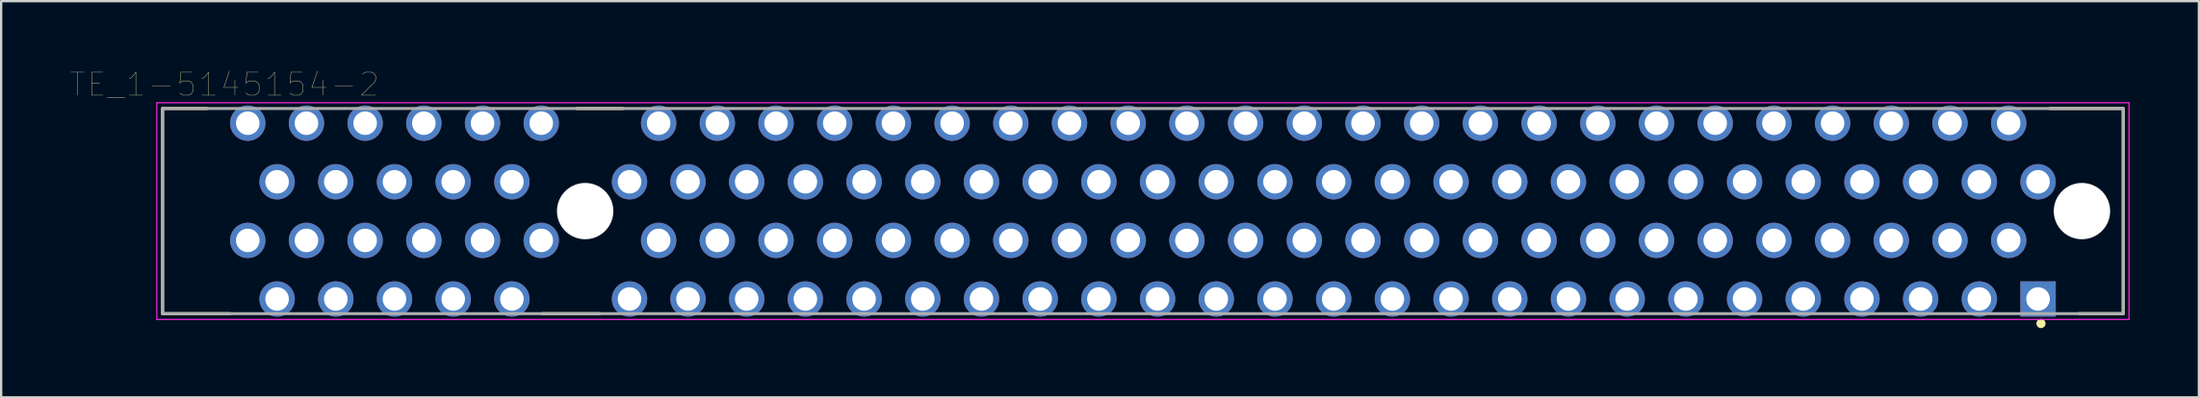
<source format=kicad_pcb>
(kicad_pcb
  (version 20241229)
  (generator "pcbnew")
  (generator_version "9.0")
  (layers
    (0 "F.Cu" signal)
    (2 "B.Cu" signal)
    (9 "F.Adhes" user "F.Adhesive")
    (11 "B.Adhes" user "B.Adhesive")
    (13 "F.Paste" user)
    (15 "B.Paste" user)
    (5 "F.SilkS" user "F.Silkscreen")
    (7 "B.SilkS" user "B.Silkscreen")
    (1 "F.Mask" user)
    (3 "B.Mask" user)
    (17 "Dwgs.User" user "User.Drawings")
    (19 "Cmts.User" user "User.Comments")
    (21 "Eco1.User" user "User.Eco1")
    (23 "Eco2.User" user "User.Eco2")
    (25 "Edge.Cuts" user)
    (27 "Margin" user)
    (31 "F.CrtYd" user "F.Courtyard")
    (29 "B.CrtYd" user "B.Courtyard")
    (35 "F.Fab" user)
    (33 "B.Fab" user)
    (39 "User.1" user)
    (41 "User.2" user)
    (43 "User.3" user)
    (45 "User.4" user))
  (footprint "TE_1-5145154-2"
    (layer "F.Cu")
    (at 46.406 6.098)
    (property "Reference" "TE_1-5145154-2" (at -39.744 -5.486 0) (layer "F.SilkS") (effects (font (size 1 1) (thickness 0.015))))
    (attr through_hole)
    (fp_line (start -42.42 -4.445) (end -40.5 -4.445) (stroke (width 0.127) (type solid)) (layer "F.SilkS"))
    (fp_line (start -42.42 4.445) (end -42.42 -4.445) (stroke (width 0.127) (type solid)) (layer "F.SilkS"))
    (fp_line (start -42.42 4.445) (end -39.5 4.445) (stroke (width 0.127) (type solid)) (layer "F.SilkS"))
    (fp_line (start -26 4.445) (end -23.5 4.445) (stroke (width 0.127) (type solid)) (layer "F.SilkS"))
    (fp_line (start -24.5 -4.445) (end -22.5 -4.445) (stroke (width 0.127) (type solid)) (layer "F.SilkS"))
    (fp_line (start 39.235 -4.445) (end 42.42 -4.445) (stroke (width 0.127) (type solid)) (layer "F.SilkS"))
    (fp_line (start 42.42 -4.445) (end 42.42 4.445) (stroke (width 0.127) (type solid)) (layer "F.SilkS"))
    (fp_line (start 42.42 4.445) (end 40.51 4.445) (stroke (width 0.127) (type solid)) (layer "F.SilkS"))
    (fp_circle (center 38.862 4.873) (end 38.962 4.873) (stroke (width 0.2) (type solid)) (fill no) (layer "F.SilkS"))
    (fp_line (start -42.67 -4.695) (end 42.67 -4.695) (stroke (width 0.05) (type solid)) (layer "F.CrtYd"))
    (fp_line (start -42.67 4.695) (end -42.67 -4.695) (stroke (width 0.05) (type solid)) (layer "F.CrtYd"))
    (fp_line (start 42.67 -4.695) (end 42.67 4.695) (stroke (width 0.05) (type solid)) (layer "F.CrtYd"))
    (fp_line (start 42.67 4.695) (end -42.67 4.695) (stroke (width 0.05) (type solid)) (layer "F.CrtYd"))
    (fp_line (start -42.42 -4.445) (end 42.42 -4.445) (stroke (width 0.127) (type solid)) (layer "F.Fab"))
    (fp_line (start -42.42 4.445) (end -42.42 -4.445) (stroke (width 0.127) (type solid)) (layer "F.Fab"))
    (fp_line (start 42.42 -4.445) (end 42.42 4.445) (stroke (width 0.127) (type solid)) (layer "F.Fab"))
    (fp_line (start 42.42 4.445) (end -42.42 4.445) (stroke (width 0.127) (type solid)) (layer "F.Fab"))
    (pad "" np_thru_hole circle (at -24.135 0) (size 2.44 2.44) (drill 2.44) (layers "*.Cu" "*.Mask"))
    (pad "" np_thru_hole circle (at 40.635 0) (size 2.44 2.44) (drill 2.44) (layers "*.Cu" "*.Mask"))
    (pad "A1" thru_hole rect (at 38.735 3.81) (size 1.53 1.53) (drill 1.02) (layers "*.Cu" "*.Mask"))
    (pad "A2" thru_hole circle (at 37.465 1.27) (size 1.53 1.53) (drill 1.02) (layers "*.Cu" "*.Mask"))
    (pad "A3" thru_hole circle (at 36.195 3.81) (size 1.53 1.53) (drill 1.02) (layers "*.Cu" "*.Mask"))
    (pad "A4" thru_hole circle (at 34.925 1.27) (size 1.53 1.53) (drill 1.02) (layers "*.Cu" "*.Mask"))
    (pad "A5" thru_hole circle (at 33.655 3.81) (size 1.53 1.53) (drill 1.02) (layers "*.Cu" "*.Mask"))
    (pad "A6" thru_hole circle (at 32.385 1.27) (size 1.53 1.53) (drill 1.02) (layers "*.Cu" "*.Mask"))
    (pad "A7" thru_hole circle (at 31.115 3.81) (size 1.53 1.53) (drill 1.02) (layers "*.Cu" "*.Mask"))
    (pad "A8" thru_hole circle (at 29.845 1.27) (size 1.53 1.53) (drill 1.02) (layers "*.Cu" "*.Mask"))
    (pad "A9" thru_hole circle (at 28.575 3.81) (size 1.53 1.53) (drill 1.02) (layers "*.Cu" "*.Mask"))
    (pad "A10" thru_hole circle (at 27.305 1.27) (size 1.53 1.53) (drill 1.02) (layers "*.Cu" "*.Mask"))
    (pad "A11" thru_hole circle (at 26.035 3.81) (size 1.53 1.53) (drill 1.02) (layers "*.Cu" "*.Mask"))
    (pad "A12" thru_hole circle (at 24.765 1.27) (size 1.53 1.53) (drill 1.02) (layers "*.Cu" "*.Mask"))
    (pad "A13" thru_hole circle (at 23.495 3.81) (size 1.53 1.53) (drill 1.02) (layers "*.Cu" "*.Mask"))
    (pad "A14" thru_hole circle (at 22.225 1.27) (size 1.53 1.53) (drill 1.02) (layers "*.Cu" "*.Mask"))
    (pad "A15" thru_hole circle (at 20.955 3.81) (size 1.53 1.53) (drill 1.02) (layers "*.Cu" "*.Mask"))
    (pad "A16" thru_hole circle (at 19.685 1.27) (size 1.53 1.53) (drill 1.02) (layers "*.Cu" "*.Mask"))
    (pad "A17" thru_hole circle (at 18.415 3.81) (size 1.53 1.53) (drill 1.02) (layers "*.Cu" "*.Mask"))
    (pad "A18" thru_hole circle (at 17.145 1.27) (size 1.53 1.53) (drill 1.02) (layers "*.Cu" "*.Mask"))
    (pad "A19" thru_hole circle (at 15.875 3.81) (size 1.53 1.53) (drill 1.02) (layers "*.Cu" "*.Mask"))
    (pad "A20" thru_hole circle (at 14.605 1.27) (size 1.53 1.53) (drill 1.02) (layers "*.Cu" "*.Mask"))
    (pad "A21" thru_hole circle (at 13.335 3.81) (size 1.53 1.53) (drill 1.02) (layers "*.Cu" "*.Mask"))
    (pad "A22" thru_hole circle (at 12.065 1.27) (size 1.53 1.53) (drill 1.02) (layers "*.Cu" "*.Mask"))
    (pad "A23" thru_hole circle (at 10.795 3.81) (size 1.53 1.53) (drill 1.02) (layers "*.Cu" "*.Mask"))
    (pad "A24" thru_hole circle (at 9.525 1.27) (size 1.53 1.53) (drill 1.02) (layers "*.Cu" "*.Mask"))
    (pad "A25" thru_hole circle (at 8.255 3.81) (size 1.53 1.53) (drill 1.02) (layers "*.Cu" "*.Mask"))
    (pad "A26" thru_hole circle (at 6.985 1.27) (size 1.53 1.53) (drill 1.02) (layers "*.Cu" "*.Mask"))
    (pad "A27" thru_hole circle (at 5.715 3.81) (size 1.53 1.53) (drill 1.02) (layers "*.Cu" "*.Mask"))
    (pad "A28" thru_hole circle (at 4.445 1.27) (size 1.53 1.53) (drill 1.02) (layers "*.Cu" "*.Mask"))
    (pad "A29" thru_hole circle (at 3.175 3.81) (size 1.53 1.53) (drill 1.02) (layers "*.Cu" "*.Mask"))
    (pad "A30" thru_hole circle (at 1.905 1.27) (size 1.53 1.53) (drill 1.02) (layers "*.Cu" "*.Mask"))
    (pad "A31" thru_hole circle (at 0.635 3.81) (size 1.53 1.53) (drill 1.02) (layers "*.Cu" "*.Mask"))
    (pad "A32" thru_hole circle (at -0.635 1.27) (size 1.53 1.53) (drill 1.02) (layers "*.Cu" "*.Mask"))
    (pad "A33" thru_hole circle (at -1.905 3.81) (size 1.53 1.53) (drill 1.02) (layers "*.Cu" "*.Mask"))
    (pad "A34" thru_hole circle (at -3.175 1.27) (size 1.53 1.53) (drill 1.02) (layers "*.Cu" "*.Mask"))
    (pad "A35" thru_hole circle (at -4.445 3.81) (size 1.53 1.53) (drill 1.02) (layers "*.Cu" "*.Mask"))
    (pad "A36" thru_hole circle (at -5.715 1.27) (size 1.53 1.53) (drill 1.02) (layers "*.Cu" "*.Mask"))
    (pad "A37" thru_hole circle (at -6.985 3.81) (size 1.53 1.53) (drill 1.02) (layers "*.Cu" "*.Mask"))
    (pad "A38" thru_hole circle (at -8.255 1.27) (size 1.53 1.53) (drill 1.02) (layers "*.Cu" "*.Mask"))
    (pad "A39" thru_hole circle (at -9.525 3.81) (size 1.53 1.53) (drill 1.02) (layers "*.Cu" "*.Mask"))
    (pad "A40" thru_hole circle (at -10.795 1.27) (size 1.53 1.53) (drill 1.02) (layers "*.Cu" "*.Mask"))
    (pad "A41" thru_hole circle (at -12.065 3.81) (size 1.53 1.53) (drill 1.02) (layers "*.Cu" "*.Mask"))
    (pad "A42" thru_hole circle (at -13.335 1.27) (size 1.53 1.53) (drill 1.02) (layers "*.Cu" "*.Mask"))
    (pad "A43" thru_hole circle (at -14.605 3.81) (size 1.53 1.53) (drill 1.02) (layers "*.Cu" "*.Mask"))
    (pad "A44" thru_hole circle (at -15.875 1.27) (size 1.53 1.53) (drill 1.02) (layers "*.Cu" "*.Mask"))
    (pad "A45" thru_hole circle (at -17.145 3.81) (size 1.53 1.53) (drill 1.02) (layers "*.Cu" "*.Mask"))
    (pad "A46" thru_hole circle (at -18.415 1.27) (size 1.53 1.53) (drill 1.02) (layers "*.Cu" "*.Mask"))
    (pad "A47" thru_hole circle (at -19.685 3.81) (size 1.53 1.53) (drill 1.02) (layers "*.Cu" "*.Mask"))
    (pad "A48" thru_hole circle (at -20.955 1.27) (size 1.53 1.53) (drill 1.02) (layers "*.Cu" "*.Mask"))
    (pad "A49" thru_hole circle (at -22.215 3.81) (size 1.53 1.53) (drill 1.02) (layers "*.Cu" "*.Mask"))
    (pad "A52" thru_hole circle (at -26.035 1.27) (size 1.53 1.53) (drill 1.02) (layers "*.Cu" "*.Mask"))
    (pad "A53" thru_hole circle (at -27.305 3.81) (size 1.53 1.53) (drill 1.02) (layers "*.Cu" "*.Mask"))
    (pad "A54" thru_hole circle (at -28.575 1.27) (size 1.53 1.53) (drill 1.02) (layers "*.Cu" "*.Mask"))
    (pad "A55" thru_hole circle (at -29.845 3.81) (size 1.53 1.53) (drill 1.02) (layers "*.Cu" "*.Mask"))
    (pad "A56" thru_hole circle (at -31.115 1.27) (size 1.53 1.53) (drill 1.02) (layers "*.Cu" "*.Mask"))
    (pad "A57" thru_hole circle (at -32.385 3.81) (size 1.53 1.53) (drill 1.02) (layers "*.Cu" "*.Mask"))
    (pad "A58" thru_hole circle (at -33.655 1.27) (size 1.53 1.53) (drill 1.02) (layers "*.Cu" "*.Mask"))
    (pad "A59" thru_hole circle (at -34.925 3.81) (size 1.53 1.53) (drill 1.02) (layers "*.Cu" "*.Mask"))
    (pad "A60" thru_hole circle (at -36.195 1.27) (size 1.53 1.53) (drill 1.02) (layers "*.Cu" "*.Mask"))
    (pad "A61" thru_hole circle (at -37.465 3.81) (size 1.53 1.53) (drill 1.02) (layers "*.Cu" "*.Mask"))
    (pad "A62" thru_hole circle (at -38.735 1.27) (size 1.53 1.53) (drill 1.02) (layers "*.Cu" "*.Mask"))
    (pad "B1" thru_hole circle (at 38.735 -1.27) (size 1.53 1.53) (drill 1.02) (layers "*.Cu" "*.Mask"))
    (pad "B2" thru_hole circle (at 37.465 -3.81) (size 1.53 1.53) (drill 1.02) (layers "*.Cu" "*.Mask"))
    (pad "B3" thru_hole circle (at 36.195 -1.27) (size 1.53 1.53) (drill 1.02) (layers "*.Cu" "*.Mask"))
    (pad "B4" thru_hole circle (at 34.925 -3.81) (size 1.53 1.53) (drill 1.02) (layers "*.Cu" "*.Mask"))
    (pad "B5" thru_hole circle (at 33.655 -1.27) (size 1.53 1.53) (drill 1.02) (layers "*.Cu" "*.Mask"))
    (pad "B6" thru_hole circle (at 32.385 -3.81) (size 1.53 1.53) (drill 1.02) (layers "*.Cu" "*.Mask"))
    (pad "B7" thru_hole circle (at 31.115 -1.27) (size 1.53 1.53) (drill 1.02) (layers "*.Cu" "*.Mask"))
    (pad "B8" thru_hole circle (at 29.845 -3.81) (size 1.53 1.53) (drill 1.02) (layers "*.Cu" "*.Mask"))
    (pad "B9" thru_hole circle (at 28.575 -1.27) (size 1.53 1.53) (drill 1.02) (layers "*.Cu" "*.Mask"))
    (pad "B10" thru_hole circle (at 27.305 -3.81) (size 1.53 1.53) (drill 1.02) (layers "*.Cu" "*.Mask"))
    (pad "B11" thru_hole circle (at 26.035 -1.27) (size 1.53 1.53) (drill 1.02) (layers "*.Cu" "*.Mask"))
    (pad "B12" thru_hole circle (at 24.765 -3.81) (size 1.53 1.53) (drill 1.02) (layers "*.Cu" "*.Mask"))
    (pad "B13" thru_hole circle (at 23.495 -1.27) (size 1.53 1.53) (drill 1.02) (layers "*.Cu" "*.Mask"))
    (pad "B14" thru_hole circle (at 22.225 -3.81) (size 1.53 1.53) (drill 1.02) (layers "*.Cu" "*.Mask"))
    (pad "B15" thru_hole circle (at 20.955 -1.27) (size 1.53 1.53) (drill 1.02) (layers "*.Cu" "*.Mask"))
    (pad "B16" thru_hole circle (at 19.685 -3.81) (size 1.53 1.53) (drill 1.02) (layers "*.Cu" "*.Mask"))
    (pad "B17" thru_hole circle (at 18.415 -1.27) (size 1.53 1.53) (drill 1.02) (layers "*.Cu" "*.Mask"))
    (pad "B18" thru_hole circle (at 17.145 -3.81) (size 1.53 1.53) (drill 1.02) (layers "*.Cu" "*.Mask"))
    (pad "B19" thru_hole circle (at 15.875 -1.27) (size 1.53 1.53) (drill 1.02) (layers "*.Cu" "*.Mask"))
    (pad "B20" thru_hole circle (at 14.605 -3.81) (size 1.53 1.53) (drill 1.02) (layers "*.Cu" "*.Mask"))
    (pad "B21" thru_hole circle (at 13.335 -1.27) (size 1.53 1.53) (drill 1.02) (layers "*.Cu" "*.Mask"))
    (pad "B22" thru_hole circle (at 12.065 -3.81) (size 1.53 1.53) (drill 1.02) (layers "*.Cu" "*.Mask"))
    (pad "B23" thru_hole circle (at 10.795 -1.27) (size 1.53 1.53) (drill 1.02) (layers "*.Cu" "*.Mask"))
    (pad "B24" thru_hole circle (at 9.525 -3.81) (size 1.53 1.53) (drill 1.02) (layers "*.Cu" "*.Mask"))
    (pad "B25" thru_hole circle (at 8.255 -1.27) (size 1.53 1.53) (drill 1.02) (layers "*.Cu" "*.Mask"))
    (pad "B26" thru_hole circle (at 6.985 -3.81) (size 1.53 1.53) (drill 1.02) (layers "*.Cu" "*.Mask"))
    (pad "B27" thru_hole circle (at 5.715 -1.27) (size 1.53 1.53) (drill 1.02) (layers "*.Cu" "*.Mask"))
    (pad "B28" thru_hole circle (at 4.445 -3.81) (size 1.53 1.53) (drill 1.02) (layers "*.Cu" "*.Mask"))
    (pad "B29" thru_hole circle (at 3.175 -1.27) (size 1.53 1.53) (drill 1.02) (layers "*.Cu" "*.Mask"))
    (pad "B30" thru_hole circle (at 1.905 -3.81) (size 1.53 1.53) (drill 1.02) (layers "*.Cu" "*.Mask"))
    (pad "B31" thru_hole circle (at 0.635 -1.27) (size 1.53 1.53) (drill 1.02) (layers "*.Cu" "*.Mask"))
    (pad "B32" thru_hole circle (at -0.635 -3.81) (size 1.53 1.53) (drill 1.02) (layers "*.Cu" "*.Mask"))
    (pad "B33" thru_hole circle (at -1.905 -1.27) (size 1.53 1.53) (drill 1.02) (layers "*.Cu" "*.Mask"))
    (pad "B34" thru_hole circle (at -3.175 -3.81) (size 1.53 1.53) (drill 1.02) (layers "*.Cu" "*.Mask"))
    (pad "B35" thru_hole circle (at -4.445 -1.27) (size 1.53 1.53) (drill 1.02) (layers "*.Cu" "*.Mask"))
    (pad "B36" thru_hole circle (at -5.715 -3.81) (size 1.53 1.53) (drill 1.02) (layers "*.Cu" "*.Mask"))
    (pad "B37" thru_hole circle (at -6.985 -1.27) (size 1.53 1.53) (drill 1.02) (layers "*.Cu" "*.Mask"))
    (pad "B38" thru_hole circle (at -8.255 -3.81) (size 1.53 1.53) (drill 1.02) (layers "*.Cu" "*.Mask"))
    (pad "B39" thru_hole circle (at -9.525 -1.27) (size 1.53 1.53) (drill 1.02) (layers "*.Cu" "*.Mask"))
    (pad "B40" thru_hole circle (at -10.795 -3.81) (size 1.53 1.53) (drill 1.02) (layers "*.Cu" "*.Mask"))
    (pad "B41" thru_hole circle (at -12.065 -1.27) (size 1.53 1.53) (drill 1.02) (layers "*.Cu" "*.Mask"))
    (pad "B42" thru_hole circle (at -13.335 -3.81) (size 1.53 1.53) (drill 1.02) (layers "*.Cu" "*.Mask"))
    (pad "B43" thru_hole circle (at -14.605 -1.27) (size 1.53 1.53) (drill 1.02) (layers "*.Cu" "*.Mask"))
    (pad "B44" thru_hole circle (at -15.875 -3.81) (size 1.53 1.53) (drill 1.02) (layers "*.Cu" "*.Mask"))
    (pad "B45" thru_hole circle (at -17.145 -1.27) (size 1.53 1.53) (drill 1.02) (layers "*.Cu" "*.Mask"))
    (pad "B46" thru_hole circle (at -18.415 -3.81) (size 1.53 1.53) (drill 1.02) (layers "*.Cu" "*.Mask"))
    (pad "B47" thru_hole circle (at -19.685 -1.27) (size 1.53 1.53) (drill 1.02) (layers "*.Cu" "*.Mask"))
    (pad "B48" thru_hole circle (at -20.955 -3.81) (size 1.53 1.53) (drill 1.02) (layers "*.Cu" "*.Mask"))
    (pad "B49" thru_hole circle (at -22.215 -1.27) (size 1.53 1.53) (drill 1.02) (layers "*.Cu" "*.Mask"))
    (pad "B52" thru_hole circle (at -26.035 -3.81) (size 1.53 1.53) (drill 1.02) (layers "*.Cu" "*.Mask"))
    (pad "B53" thru_hole circle (at -27.305 -1.27) (size 1.53 1.53) (drill 1.02) (layers "*.Cu" "*.Mask"))
    (pad "B54" thru_hole circle (at -28.575 -3.81) (size 1.53 1.53) (drill 1.02) (layers "*.Cu" "*.Mask"))
    (pad "B55" thru_hole circle (at -29.845 -1.27) (size 1.53 1.53) (drill 1.02) (layers "*.Cu" "*.Mask"))
    (pad "B56" thru_hole circle (at -31.115 -3.81) (size 1.53 1.53) (drill 1.02) (layers "*.Cu" "*.Mask"))
    (pad "B57" thru_hole circle (at -32.385 -1.27) (size 1.53 1.53) (drill 1.02) (layers "*.Cu" "*.Mask"))
    (pad "B58" thru_hole circle (at -33.655 -3.81) (size 1.53 1.53) (drill 1.02) (layers "*.Cu" "*.Mask"))
    (pad "B59" thru_hole circle (at -34.925 -1.27) (size 1.53 1.53) (drill 1.02) (layers "*.Cu" "*.Mask"))
    (pad "B60" thru_hole circle (at -36.195 -3.81) (size 1.53 1.53) (drill 1.02) (layers "*.Cu" "*.Mask"))
    (pad "B61" thru_hole circle (at -37.465 -1.27) (size 1.53 1.53) (drill 1.02) (layers "*.Cu" "*.Mask"))
    (pad "B62" thru_hole circle (at -38.735 -3.81) (size 1.53 1.53) (drill 1.02) (layers "*.Cu" "*.Mask")))
  (gr_rect
    (start -3 -3)
    (end 92.101 14.171)
    (stroke (width 0.1) (type default))
    (fill no)
    (layer "Edge.Cuts")))
</source>
